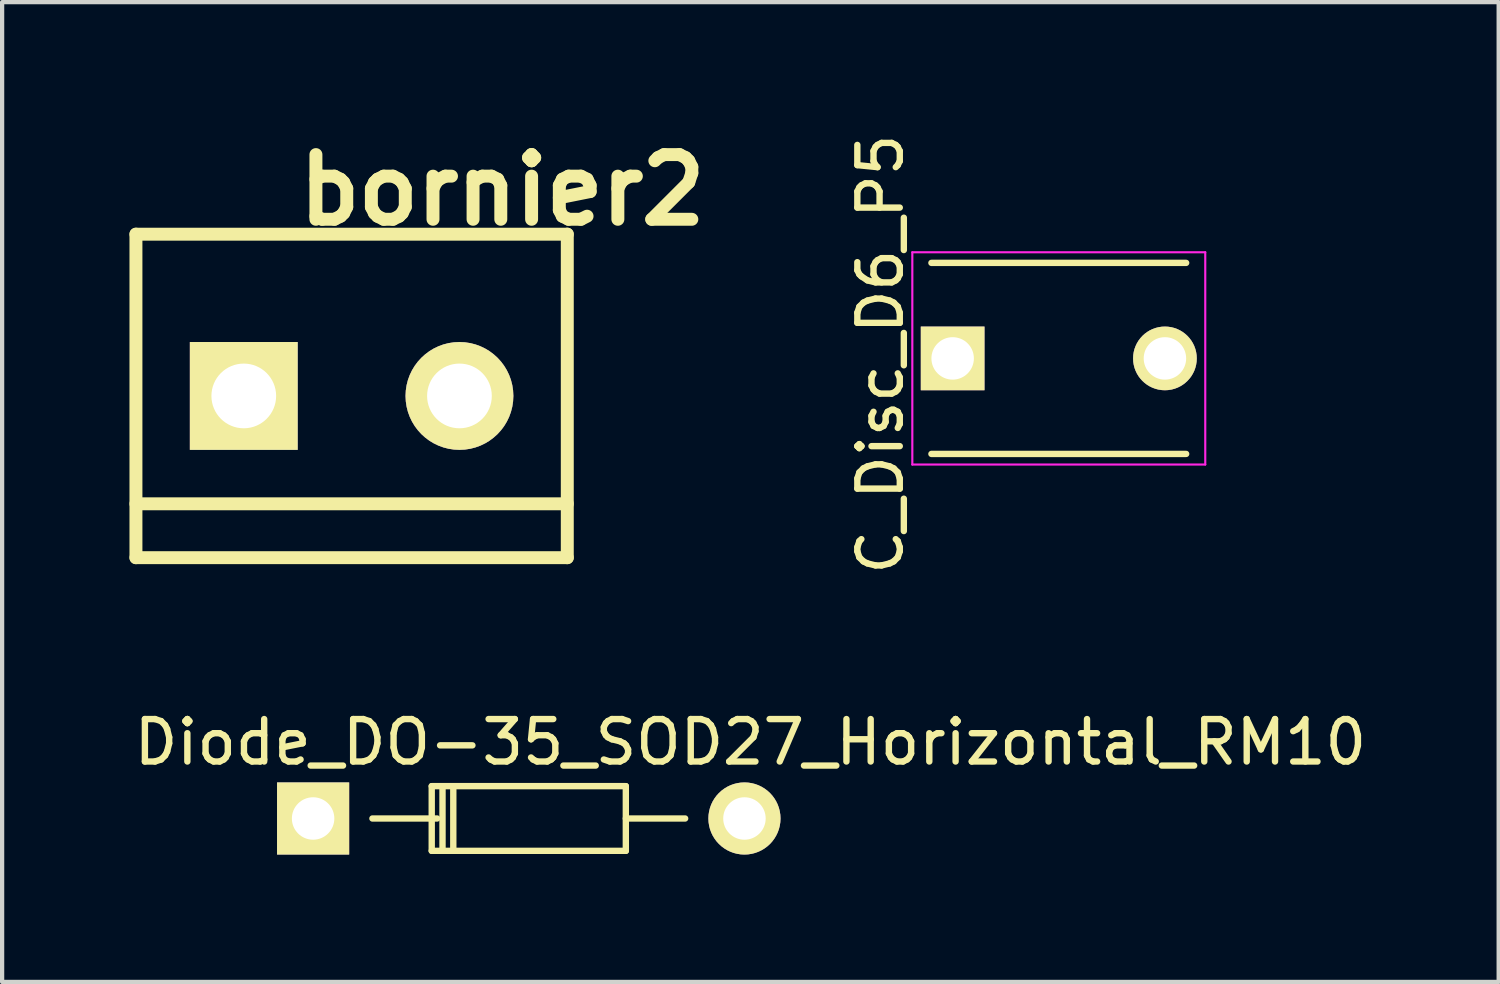
<source format=kicad_pcb>
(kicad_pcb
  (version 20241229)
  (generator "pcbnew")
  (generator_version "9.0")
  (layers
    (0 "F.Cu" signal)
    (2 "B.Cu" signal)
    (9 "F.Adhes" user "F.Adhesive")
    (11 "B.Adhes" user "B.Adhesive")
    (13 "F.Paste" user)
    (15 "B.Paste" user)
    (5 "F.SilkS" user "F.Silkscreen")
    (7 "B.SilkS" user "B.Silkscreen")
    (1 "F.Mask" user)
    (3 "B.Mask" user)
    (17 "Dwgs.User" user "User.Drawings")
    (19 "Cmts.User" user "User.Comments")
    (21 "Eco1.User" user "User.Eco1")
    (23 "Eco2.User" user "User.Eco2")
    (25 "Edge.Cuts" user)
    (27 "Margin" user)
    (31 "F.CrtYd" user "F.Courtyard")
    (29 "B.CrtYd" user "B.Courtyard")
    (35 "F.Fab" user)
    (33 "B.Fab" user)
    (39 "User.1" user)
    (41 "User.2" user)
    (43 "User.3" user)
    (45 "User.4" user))
  (footprint "C_Disc_D6_P5"
    (layer "F.Cu")
    (at 19.389 5.392)
    (property "Reference" "C_Disc_D6_P5" (at -1.7 -0.1 90) (layer "F.SilkS") (effects (font (size 1 1) (thickness 0.15))))
    (attr through_hole)
    (fp_line (start -0.5 -2.25) (end 5.5 -2.25) (stroke (width 0.15) (type solid)) (layer "F.SilkS"))
    (fp_line (start 5.5 2.25) (end -0.5 2.25) (stroke (width 0.15) (type solid)) (layer "F.SilkS"))
    (fp_line (start -0.95 -2.5) (end 5.95 -2.5) (stroke (width 0.05) (type solid)) (layer "F.CrtYd"))
    (fp_line (start -0.95 2.5) (end -0.95 -2.5) (stroke (width 0.05) (type solid)) (layer "F.CrtYd"))
    (fp_line (start 5.95 -2.5) (end 5.95 2.5) (stroke (width 0.05) (type solid)) (layer "F.CrtYd"))
    (fp_line (start 5.95 2.5) (end -0.95 2.5) (stroke (width 0.05) (type solid)) (layer "F.CrtYd"))
    (pad "1" thru_hole rect (at 0 0) (size 1.5 1.5) (drill 1) (layers "*.Cu" "*.Mask" "F.SilkS"))
    (pad "2" thru_hole circle (at 5 0) (size 1.5 1.5) (drill 1) (layers "*.Cu" "*.Mask" "F.SilkS")))
  (footprint "bornier2"
    (layer "F.Cu")
    (at 5.232 6.276)
    (property "Reference" "bornier2" (at 3.55 -4.85 0) (layer "F.SilkS") (effects (font (size 1.524 1.524) (thickness 0.305))))
    (attr through_hole)
    (fp_line (start -5.08 -3.81) (end -5.08 3.81) (stroke (width 0.305) (type solid)) (layer "F.SilkS"))
    (fp_line (start -5.08 3.81) (end 5.08 3.81) (stroke (width 0.305) (type solid)) (layer "F.SilkS"))
    (fp_line (start 5.08 -3.81) (end -5.08 -3.81) (stroke (width 0.305) (type solid)) (layer "F.SilkS"))
    (fp_line (start 5.08 2.54) (end -5.08 2.54) (stroke (width 0.305) (type solid)) (layer "F.SilkS"))
    (fp_line (start 5.08 3.81) (end 5.08 -3.81) (stroke (width 0.305) (type solid)) (layer "F.SilkS"))
    (pad "1" thru_hole rect (at -2.54 0) (size 2.54 2.54) (drill 1.524) (layers "*.Cu" "*.Mask" "F.SilkS"))
    (pad "2" thru_hole circle (at 2.54 0) (size 2.54 2.54) (drill 1.524) (layers "*.Cu" "*.Mask" "F.SilkS")))
  (footprint "Diode_DO-35_SOD27_Horizontal_RM10"
    (layer "F.Cu")
    (at 4.324 16.232)
    (property "Reference" "Diode_DO-35_SOD27_Horizontal_RM10" (at 10.301 -1.8 0) (layer "F.SilkS") (effects (font (size 1 1) (thickness 0.15))))
    (attr through_hole)
    (fp_line (start 2.795 -0.765) (end 2.795 -0.003) (stroke (width 0.15) (type solid)) (layer "F.SilkS"))
    (fp_line (start 2.795 -0.003) (end 2.795 0.759) (stroke (width 0.15) (type solid)) (layer "F.SilkS"))
    (fp_line (start 2.795 0.759) (end 7.367 0.759) (stroke (width 0.15) (type solid)) (layer "F.SilkS"))
    (fp_line (start 2.922 -0.003) (end 1.398 -0.003) (stroke (width 0.15) (type solid)) (layer "F.SilkS"))
    (fp_line (start 3.049 -0.765) (end 3.049 0.759) (stroke (width 0.15) (type solid)) (layer "F.SilkS"))
    (fp_line (start 3.303 -0.765) (end 3.303 0.759) (stroke (width 0.15) (type solid)) (layer "F.SilkS"))
    (fp_line (start 7.367 -0.765) (end 2.795 -0.765) (stroke (width 0.15) (type solid)) (layer "F.SilkS"))
    (fp_line (start 7.367 -0.003) (end 8.764 -0.003) (stroke (width 0.15) (type solid)) (layer "F.SilkS"))
    (fp_line (start 7.367 0.759) (end 7.367 -0.765) (stroke (width 0.15) (type solid)) (layer "F.SilkS"))
    (pad "1" thru_hole rect (at 0.001 -0.003 180) (size 1.699 1.699) (drill 1) (layers "*.Cu" "*.Mask" "F.SilkS"))
    (pad "2" thru_hole circle (at 10.161 -0.003 180) (size 1.699 1.699) (drill 1) (layers "*.Cu" "*.Mask" "F.SilkS")))
  (gr_rect
    (start -3 -3)
    (end 32.25 20.079)
    (stroke (width 0.1) (type default))
    (fill no)
    (layer "Edge.Cuts")))
</source>
